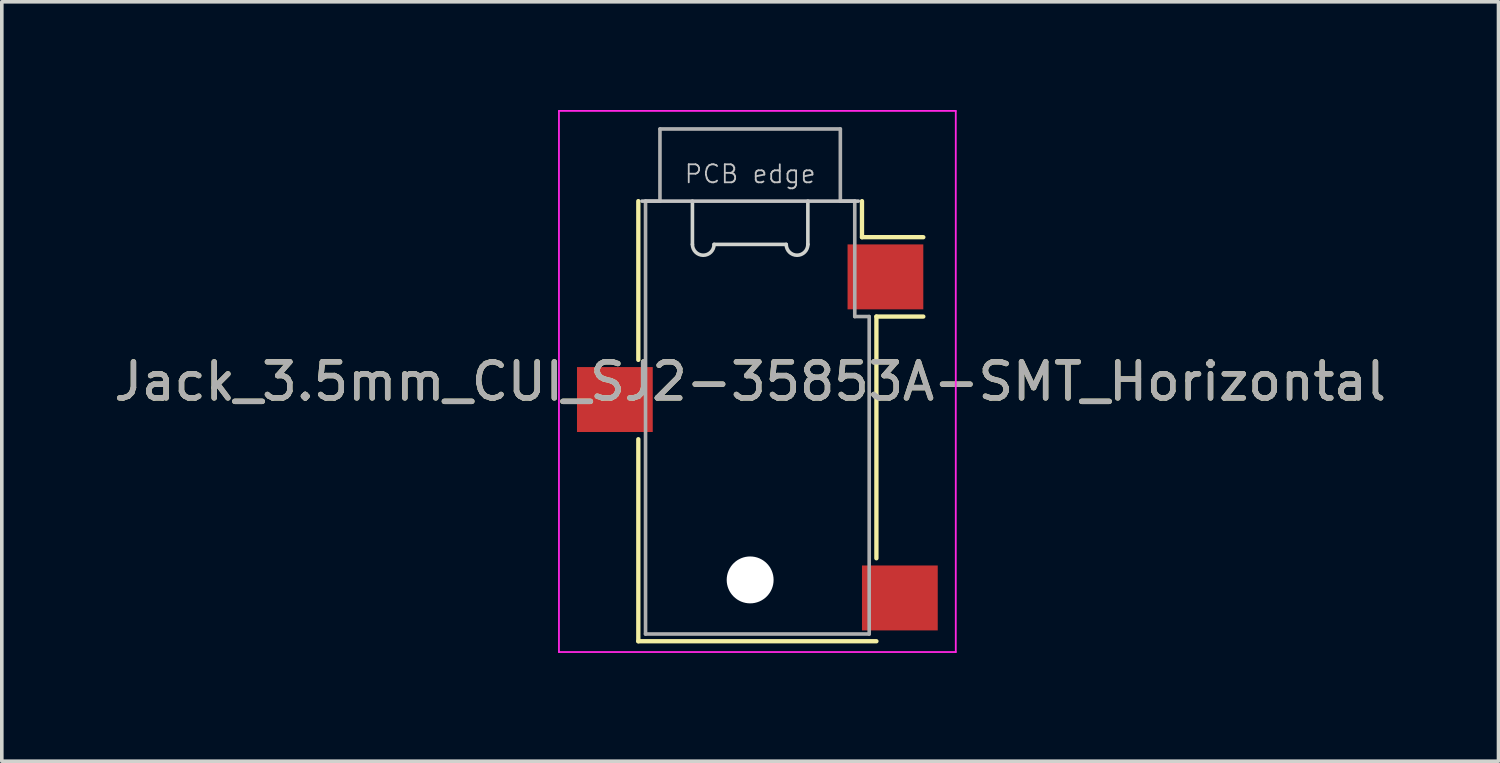
<source format=kicad_pcb>
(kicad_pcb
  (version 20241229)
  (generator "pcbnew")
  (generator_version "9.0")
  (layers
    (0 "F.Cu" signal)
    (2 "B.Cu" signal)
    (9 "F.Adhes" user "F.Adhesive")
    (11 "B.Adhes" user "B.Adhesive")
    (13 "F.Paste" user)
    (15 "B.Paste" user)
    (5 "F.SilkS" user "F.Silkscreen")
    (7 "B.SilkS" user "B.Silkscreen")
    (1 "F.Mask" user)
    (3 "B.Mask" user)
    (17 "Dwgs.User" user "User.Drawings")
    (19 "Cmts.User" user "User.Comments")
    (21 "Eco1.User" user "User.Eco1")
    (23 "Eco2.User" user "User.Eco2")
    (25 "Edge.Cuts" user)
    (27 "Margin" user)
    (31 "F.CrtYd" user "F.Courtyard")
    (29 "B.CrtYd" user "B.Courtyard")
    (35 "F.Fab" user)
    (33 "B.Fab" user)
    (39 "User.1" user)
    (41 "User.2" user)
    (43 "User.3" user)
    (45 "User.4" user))
  (footprint "Jack_3.5mm_CUI_SJ2-35853A-SMT_Horizontal"
    (layer "F.Cu")
    (at 17.744 7.525)
    (property "Reference" "Jack_3.5mm_CUI_SJ2-35853A-SMT_Horizontal" (at 0 0 0) (layer "F.SilkS") (effects (font (size 1 1) (thickness 0.15))))
    (attr smd)
    (fp_line (start -3.1 -0.6) (end -3.1 -5) (stroke (width 0.12) (type solid)) (layer "F.SilkS"))
    (fp_line (start -3.1 7.2) (end -3.1 1.6) (stroke (width 0.12) (type solid)) (layer "F.SilkS"))
    (fp_line (start 3.1 -5) (end 3.1 -4) (stroke (width 0.12) (type solid)) (layer "F.SilkS"))
    (fp_line (start 3.5 -1.8) (end 3.5 4.9) (stroke (width 0.12) (type solid)) (layer "F.SilkS"))
    (fp_line (start 3.5 7.2) (end -3.1 7.2) (stroke (width 0.12) (type solid)) (layer "F.SilkS"))
    (fp_line (start 4.8 -4) (end 3.1 -4) (stroke (width 0.12) (type solid)) (layer "F.SilkS"))
    (fp_line (start 4.8 -1.8) (end 3.5 -1.8) (stroke (width 0.12) (type solid)) (layer "F.SilkS"))
    (fp_line (start -3 -5) (end 3 -5) (stroke (width 0.1) (type solid)) (layer "Dwgs.User"))
    (fp_line (start -1.6 -5) (end -1.6 -3.8) (stroke (width 0.1) (type solid)) (layer "Edge.Cuts"))
    (fp_line (start -1 -3.8) (end 1 -3.8) (stroke (width 0.1) (type solid)) (layer "Edge.Cuts"))
    (fp_line (start 1.6 -3.8) (end 1.6 -5) (stroke (width 0.1) (type solid)) (layer "Edge.Cuts"))
    (fp_arc (start -1 -3.8) (mid -1.3 -3.5) (end -1.6 -3.8) (stroke (width 0.1) (type solid)) (layer "Edge.Cuts"))
    (fp_arc (start 1.6 -3.8) (mid 1.3 -3.5) (end 1 -3.8) (stroke (width 0.1) (type solid)) (layer "Edge.Cuts"))
    (fp_line (start -5.3 -7.5) (end 5.7 -7.5) (stroke (width 0.05) (type solid)) (layer "F.CrtYd"))
    (fp_line (start -5.3 7.5) (end -5.3 -7.5) (stroke (width 0.05) (type solid)) (layer "F.CrtYd"))
    (fp_line (start 5.7 -7.5) (end 5.7 7.5) (stroke (width 0.05) (type solid)) (layer "F.CrtYd"))
    (fp_line (start 5.7 7.5) (end -5.3 7.5) (stroke (width 0.05) (type solid)) (layer "F.CrtYd"))
    (fp_line (start -2.9 -5) (end -2.5 -5) (stroke (width 0.1) (type solid)) (layer "F.Fab"))
    (fp_line (start -2.9 7) (end -2.9 -5) (stroke (width 0.1) (type solid)) (layer "F.Fab"))
    (fp_line (start -2.5 -7) (end 2.5 -7) (stroke (width 0.1) (type solid)) (layer "F.Fab"))
    (fp_line (start -2.5 -5) (end -2.5 -7) (stroke (width 0.1) (type solid)) (layer "F.Fab"))
    (fp_line (start 2.5 -7) (end 2.5 -5) (stroke (width 0.1) (type solid)) (layer "F.Fab"))
    (fp_line (start 2.5 -5) (end 2.9 -5) (stroke (width 0.1) (type solid)) (layer "F.Fab"))
    (fp_line (start 2.9 -5) (end 2.9 -1.8) (stroke (width 0.1) (type solid)) (layer "F.Fab"))
    (fp_line (start 2.9 -1.8) (end 3.3 -1.8) (stroke (width 0.1) (type solid)) (layer "F.Fab"))
    (fp_line (start 3.3 -1.8) (end 3.3 7) (stroke (width 0.1) (type solid)) (layer "F.Fab"))
    (fp_line (start 3.3 7) (end -2.9 7) (stroke (width 0.1) (type solid)) (layer "F.Fab"))
    (fp_text user "PCB edge" (at 0 -5.75 0) (layer "Dwgs.User") (effects (font (size 0.5 0.5) (thickness 0.05))))
    (fp_text user "${REFERENCE}" (at 0 0 0) (layer "F.Fab") (effects (font (size 1 1) (thickness 0.15))))
    (pad "" np_thru_hole circle (at 0 5.5) (size 1.3 1.3) (drill 1.3) (layers "*.Cu" "*.Mask"))
    (pad "R" smd rect (at -3.75 0.5) (size 2.1 1.8) (layers "F.Cu" "F.Mask" "F.Paste"))
    (pad "S" smd rect (at 3.75 -2.9) (size 2.1 1.8) (layers "F.Cu" "F.Mask" "F.Paste"))
    (pad "T" smd rect (at 4.15 6) (size 2.1 1.8) (layers "F.Cu" "F.Mask" "F.Paste")))
  (gr_rect
    (start -3 -3)
    (end 38.488 18.05)
    (stroke (width 0.1) (type default))
    (fill no)
    (layer "Edge.Cuts")))
</source>
